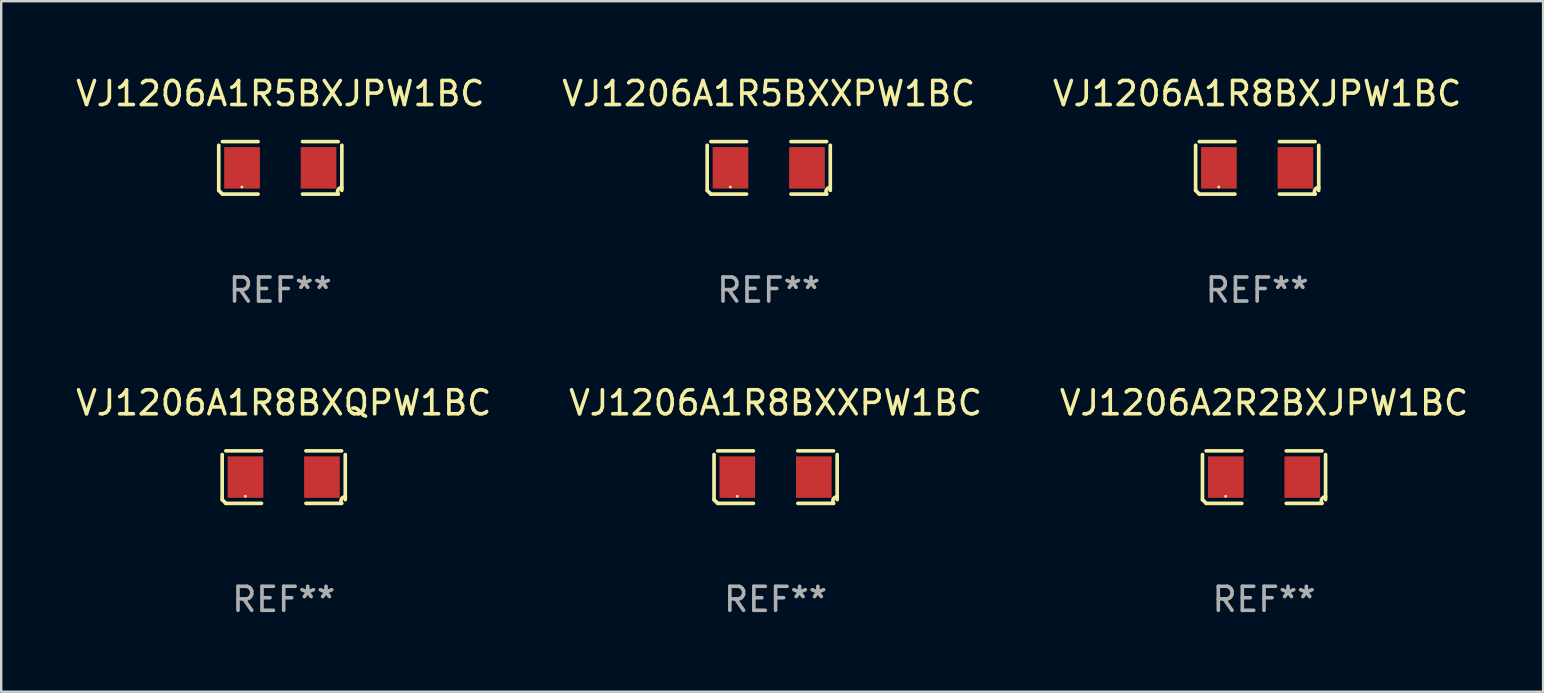
<source format=kicad_pcb>
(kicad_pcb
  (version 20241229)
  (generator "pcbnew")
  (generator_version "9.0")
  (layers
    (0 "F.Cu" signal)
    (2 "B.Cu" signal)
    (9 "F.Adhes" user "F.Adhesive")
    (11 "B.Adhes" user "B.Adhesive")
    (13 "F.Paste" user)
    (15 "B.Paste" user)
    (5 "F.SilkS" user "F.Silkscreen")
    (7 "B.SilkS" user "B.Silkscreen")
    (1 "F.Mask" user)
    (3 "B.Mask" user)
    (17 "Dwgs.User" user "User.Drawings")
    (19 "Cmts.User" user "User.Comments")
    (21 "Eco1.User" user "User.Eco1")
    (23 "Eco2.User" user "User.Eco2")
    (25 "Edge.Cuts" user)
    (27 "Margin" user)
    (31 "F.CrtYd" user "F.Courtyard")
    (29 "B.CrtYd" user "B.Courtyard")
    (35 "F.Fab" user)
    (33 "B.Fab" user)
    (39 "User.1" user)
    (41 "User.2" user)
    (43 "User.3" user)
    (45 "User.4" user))
  (footprint "VJ1206A1R8BXJPW1BC"
    (layer "F.Cu")
    (at 49.315 3.941)
    (property "Reference" "VJ1206A1R8BXJPW1BC" (at 0 -3.093 0) (layer "F.SilkS") (effects (font (size 1 1) (thickness 0.15))))
    (attr through_hole)
    (fp_line (start -2.564 0.94) (end -2.564 -0.94) (stroke (width 0.152) (type solid)) (layer "F.SilkS"))
    (fp_line (start -2.411 -1.093) (end -0.926 -1.093) (stroke (width 0.152) (type solid)) (layer "F.SilkS"))
    (fp_line (start -0.926 1.093) (end -2.411 1.093) (stroke (width 0.152) (type solid)) (layer "F.SilkS"))
    (fp_line (start 0.926 1.093) (end 2.411 1.093) (stroke (width 0.152) (type solid)) (layer "F.SilkS"))
    (fp_line (start 2.411 -1.093) (end 0.926 -1.093) (stroke (width 0.152) (type solid)) (layer "F.SilkS"))
    (fp_line (start 2.564 0.94) (end 2.564 -0.94) (stroke (width 0.152) (type solid)) (layer "F.SilkS"))
    (fp_arc (start -2.411201 1.092609) (mid -2.487413 1.01642) (end -2.563602 0.940208) (stroke (width 0.1524) (type solid)) (layer "F.SilkS"))
    (fp_arc (start 2.411201 1.092609) (mid 2.407159 0.911226) (end 2.563602 0.819347) (stroke (width 0.1524) (type solid)) (layer "F.SilkS"))
    (fp_circle (center -1.6 0.8) (end -1.57 0.8) (stroke (width 0.06) (type solid)) (fill no) (layer "F.SilkS"))
    (fp_text user "REF**" (at 0 5.093 0) (layer "F.Fab") (effects (font (size 1 1) (thickness 0.15))))
    (pad "1" smd rect (at -1.593 0) (size 1.485 1.728) (layers "F.Cu" "F.Mask" "F.Paste"))
    (pad "2" smd rect (at 1.593 0) (size 1.485 1.728) (layers "F.Cu" "F.Mask" "F.Paste")))
  (footprint "VJ1206A1R5BXJPW1BC"
    (layer "F.Cu")
    (at 8.625 3.941)
    (property "Reference" "VJ1206A1R5BXJPW1BC" (at 0 -3.093 0) (layer "F.SilkS") (effects (font (size 1 1) (thickness 0.15))))
    (attr through_hole)
    (fp_line (start -2.564 0.94) (end -2.564 -0.94) (stroke (width 0.152) (type solid)) (layer "F.SilkS"))
    (fp_line (start -2.411 -1.093) (end -0.926 -1.093) (stroke (width 0.152) (type solid)) (layer "F.SilkS"))
    (fp_line (start -0.926 1.093) (end -2.411 1.093) (stroke (width 0.152) (type solid)) (layer "F.SilkS"))
    (fp_line (start 0.926 1.093) (end 2.411 1.093) (stroke (width 0.152) (type solid)) (layer "F.SilkS"))
    (fp_line (start 2.411 -1.093) (end 0.926 -1.093) (stroke (width 0.152) (type solid)) (layer "F.SilkS"))
    (fp_line (start 2.564 0.94) (end 2.564 -0.94) (stroke (width 0.152) (type solid)) (layer "F.SilkS"))
    (fp_arc (start -2.411201 1.092609) (mid -2.487413 1.01642) (end -2.563602 0.940208) (stroke (width 0.1524) (type solid)) (layer "F.SilkS"))
    (fp_arc (start 2.411201 1.092609) (mid 2.407159 0.911226) (end 2.563602 0.819347) (stroke (width 0.1524) (type solid)) (layer "F.SilkS"))
    (fp_circle (center -1.6 0.8) (end -1.57 0.8) (stroke (width 0.06) (type solid)) (fill no) (layer "F.SilkS"))
    (fp_text user "REF**" (at 0 5.093 0) (layer "F.Fab") (effects (font (size 1 1) (thickness 0.15))))
    (pad "1" smd rect (at -1.593 0) (size 1.485 1.728) (layers "F.Cu" "F.Mask" "F.Paste"))
    (pad "2" smd rect (at 1.593 0) (size 1.485 1.728) (layers "F.Cu" "F.Mask" "F.Paste")))
  (footprint "VJ1206A1R8BXXPW1BC"
    (layer "F.Cu")
    (at 29.256 16.823)
    (property "Reference" "VJ1206A1R8BXXPW1BC" (at 0 -3.093 0) (layer "F.SilkS") (effects (font (size 1 1) (thickness 0.15))))
    (attr through_hole)
    (fp_line (start -2.564 0.94) (end -2.564 -0.94) (stroke (width 0.152) (type solid)) (layer "F.SilkS"))
    (fp_line (start -2.411 -1.093) (end -0.926 -1.093) (stroke (width 0.152) (type solid)) (layer "F.SilkS"))
    (fp_line (start -0.926 1.093) (end -2.411 1.093) (stroke (width 0.152) (type solid)) (layer "F.SilkS"))
    (fp_line (start 0.926 1.093) (end 2.411 1.093) (stroke (width 0.152) (type solid)) (layer "F.SilkS"))
    (fp_line (start 2.411 -1.093) (end 0.926 -1.093) (stroke (width 0.152) (type solid)) (layer "F.SilkS"))
    (fp_line (start 2.564 0.94) (end 2.564 -0.94) (stroke (width 0.152) (type solid)) (layer "F.SilkS"))
    (fp_arc (start -2.411201 1.092609) (mid -2.487413 1.01642) (end -2.563602 0.940208) (stroke (width 0.1524) (type solid)) (layer "F.SilkS"))
    (fp_arc (start 2.411201 1.092609) (mid 2.407159 0.911226) (end 2.563602 0.819347) (stroke (width 0.1524) (type solid)) (layer "F.SilkS"))
    (fp_circle (center -1.6 0.8) (end -1.57 0.8) (stroke (width 0.06) (type solid)) (fill no) (layer "F.SilkS"))
    (fp_text user "REF**" (at 0 5.093 0) (layer "F.Fab") (effects (font (size 1 1) (thickness 0.15))))
    (pad "1" smd rect (at -1.593 0) (size 1.485 1.728) (layers "F.Cu" "F.Mask" "F.Paste"))
    (pad "2" smd rect (at 1.593 0) (size 1.485 1.728) (layers "F.Cu" "F.Mask" "F.Paste")))
  (footprint "VJ1206A2R2BXJPW1BC"
    (layer "F.Cu")
    (at 49.601 16.823)
    (property "Reference" "VJ1206A2R2BXJPW1BC" (at 0 -3.093 0) (layer "F.SilkS") (effects (font (size 1 1) (thickness 0.15))))
    (attr through_hole)
    (fp_line (start -2.564 0.94) (end -2.564 -0.94) (stroke (width 0.152) (type solid)) (layer "F.SilkS"))
    (fp_line (start -2.411 -1.093) (end -0.926 -1.093) (stroke (width 0.152) (type solid)) (layer "F.SilkS"))
    (fp_line (start -0.926 1.093) (end -2.411 1.093) (stroke (width 0.152) (type solid)) (layer "F.SilkS"))
    (fp_line (start 0.926 1.093) (end 2.411 1.093) (stroke (width 0.152) (type solid)) (layer "F.SilkS"))
    (fp_line (start 2.411 -1.093) (end 0.926 -1.093) (stroke (width 0.152) (type solid)) (layer "F.SilkS"))
    (fp_line (start 2.564 0.94) (end 2.564 -0.94) (stroke (width 0.152) (type solid)) (layer "F.SilkS"))
    (fp_arc (start -2.411201 1.092609) (mid -2.487413 1.01642) (end -2.563602 0.940208) (stroke (width 0.1524) (type solid)) (layer "F.SilkS"))
    (fp_arc (start 2.411201 1.092609) (mid 2.407159 0.911226) (end 2.563602 0.819347) (stroke (width 0.1524) (type solid)) (layer "F.SilkS"))
    (fp_circle (center -1.6 0.8) (end -1.57 0.8) (stroke (width 0.06) (type solid)) (fill no) (layer "F.SilkS"))
    (fp_text user "REF**" (at 0 5.093 0) (layer "F.Fab") (effects (font (size 1 1) (thickness 0.15))))
    (pad "1" smd rect (at -1.593 0) (size 1.485 1.728) (layers "F.Cu" "F.Mask" "F.Paste"))
    (pad "2" smd rect (at 1.593 0) (size 1.485 1.728) (layers "F.Cu" "F.Mask" "F.Paste")))
  (footprint "VJ1206A1R8BXQPW1BC"
    (layer "F.Cu")
    (at 8.768 16.823)
    (property "Reference" "VJ1206A1R8BXQPW1BC" (at 0 -3.093 0) (layer "F.SilkS") (effects (font (size 1 1) (thickness 0.15))))
    (attr through_hole)
    (fp_line (start -2.564 0.94) (end -2.564 -0.94) (stroke (width 0.152) (type solid)) (layer "F.SilkS"))
    (fp_line (start -2.411 -1.093) (end -0.926 -1.093) (stroke (width 0.152) (type solid)) (layer "F.SilkS"))
    (fp_line (start -0.926 1.093) (end -2.411 1.093) (stroke (width 0.152) (type solid)) (layer "F.SilkS"))
    (fp_line (start 0.926 1.093) (end 2.411 1.093) (stroke (width 0.152) (type solid)) (layer "F.SilkS"))
    (fp_line (start 2.411 -1.093) (end 0.926 -1.093) (stroke (width 0.152) (type solid)) (layer "F.SilkS"))
    (fp_line (start 2.564 0.94) (end 2.564 -0.94) (stroke (width 0.152) (type solid)) (layer "F.SilkS"))
    (fp_arc (start -2.411201 1.092609) (mid -2.487413 1.01642) (end -2.563602 0.940208) (stroke (width 0.1524) (type solid)) (layer "F.SilkS"))
    (fp_arc (start 2.411201 1.092609) (mid 2.407159 0.911226) (end 2.563602 0.819347) (stroke (width 0.1524) (type solid)) (layer "F.SilkS"))
    (fp_circle (center -1.6 0.8) (end -1.57 0.8) (stroke (width 0.06) (type solid)) (fill no) (layer "F.SilkS"))
    (fp_text user "REF**" (at 0 5.093 0) (layer "F.Fab") (effects (font (size 1 1) (thickness 0.15))))
    (pad "1" smd rect (at -1.593 0) (size 1.485 1.728) (layers "F.Cu" "F.Mask" "F.Paste"))
    (pad "2" smd rect (at 1.593 0) (size 1.485 1.728) (layers "F.Cu" "F.Mask" "F.Paste")))
  (footprint "VJ1206A1R5BXXPW1BC"
    (layer "F.Cu")
    (at 28.97 3.941)
    (property "Reference" "VJ1206A1R5BXXPW1BC" (at 0 -3.093 0) (layer "F.SilkS") (effects (font (size 1 1) (thickness 0.15))))
    (attr through_hole)
    (fp_line (start -2.564 0.94) (end -2.564 -0.94) (stroke (width 0.152) (type solid)) (layer "F.SilkS"))
    (fp_line (start -2.411 -1.093) (end -0.926 -1.093) (stroke (width 0.152) (type solid)) (layer "F.SilkS"))
    (fp_line (start -0.926 1.093) (end -2.411 1.093) (stroke (width 0.152) (type solid)) (layer "F.SilkS"))
    (fp_line (start 0.926 1.093) (end 2.411 1.093) (stroke (width 0.152) (type solid)) (layer "F.SilkS"))
    (fp_line (start 2.411 -1.093) (end 0.926 -1.093) (stroke (width 0.152) (type solid)) (layer "F.SilkS"))
    (fp_line (start 2.564 0.94) (end 2.564 -0.94) (stroke (width 0.152) (type solid)) (layer "F.SilkS"))
    (fp_arc (start -2.411201 1.092609) (mid -2.487413 1.01642) (end -2.563602 0.940208) (stroke (width 0.1524) (type solid)) (layer "F.SilkS"))
    (fp_arc (start 2.411201 1.092609) (mid 2.407159 0.911226) (end 2.563602 0.819347) (stroke (width 0.1524) (type solid)) (layer "F.SilkS"))
    (fp_circle (center -1.6 0.8) (end -1.57 0.8) (stroke (width 0.06) (type solid)) (fill no) (layer "F.SilkS"))
    (fp_text user "REF**" (at 0 5.093 0) (layer "F.Fab") (effects (font (size 1 1) (thickness 0.15))))
    (pad "1" smd rect (at -1.593 0) (size 1.485 1.728) (layers "F.Cu" "F.Mask" "F.Paste"))
    (pad "2" smd rect (at 1.593 0) (size 1.485 1.728) (layers "F.Cu" "F.Mask" "F.Paste")))
  (gr_rect
    (start -3 -3)
    (end 61.226 25.763)
    (stroke (width 0.1) (type default))
    (fill no)
    (layer "Edge.Cuts")))
</source>
